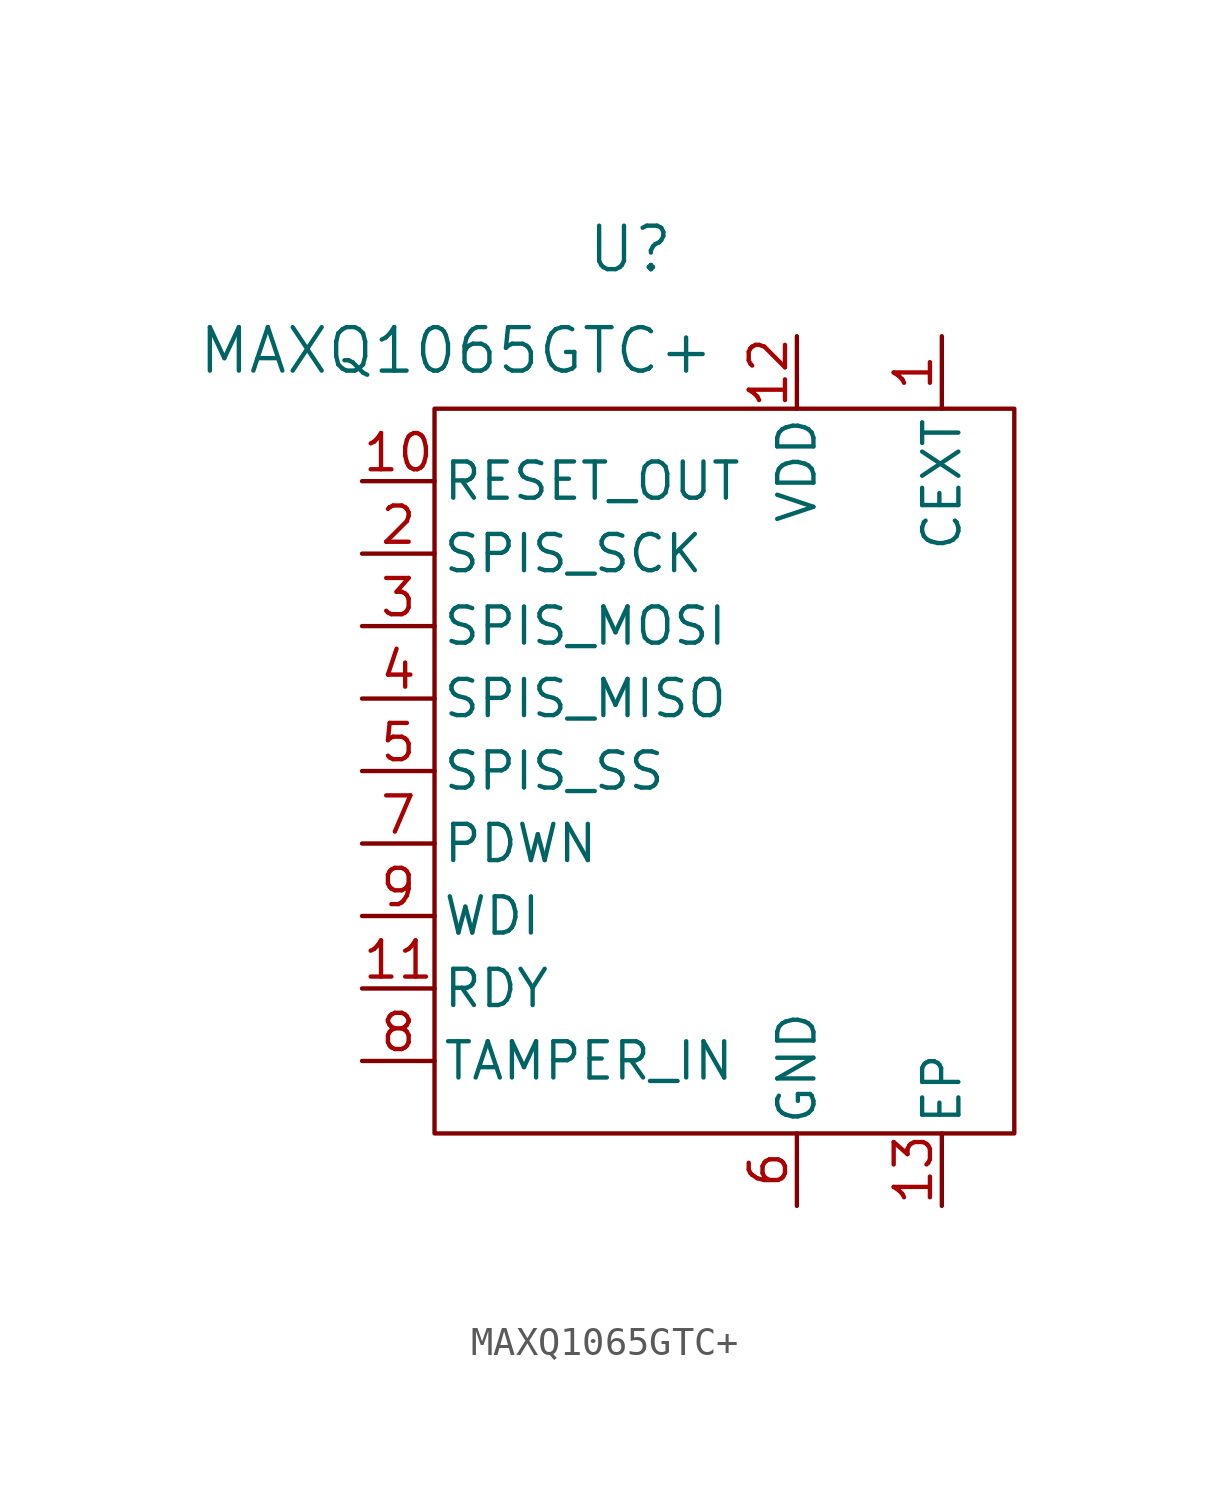
<source format=kicad_sym>
(kicad_symbol_lib
  (version 20231120)
  (generator "kicad_symbol_editor")
  (generator_version "8.0")
  (symbol "MAXQ1065GTC+"
    (pin_names
      (offset 0.254))
    (property "Reference" "U"
      (at -3.302 18.288 0)
      (effects (font (size 1.524 1.524))))
    (property "Value" "MAXQ1065GTC+"
      (at -9.398 14.732 0)
      (effects (font (size 1.524 1.524))))
    (symbol "MAXQ1065GTC+_0_1"
      (pin unspecified line (at 7.62 15.24 270) (length 2.54) (name "CEXT" (effects (font (size 1.27 1.27)))) (number "1" (effects (font (size 1.27 1.27)))))
      (pin output line (at -12.7 10.16 0) (length 2.54) (name "RESET_OUT" (effects (font (size 1.27 1.27)))) (number "10" (effects (font (size 1.27 1.27)))))
      (pin output line (at -12.7 -7.62 0) (length 2.54) (name "RDY" (effects (font (size 1.27 1.27)))) (number "11" (effects (font (size 1.27 1.27)))))
      (pin power_in line (at 2.54 15.24 270) (length 2.54) (name "VDD" (effects (font (size 1.27 1.27)))) (number "12" (effects (font (size 1.27 1.27)))))
      (pin power_out line (at 7.62 -15.24 90) (length 2.54) (name "EP" (effects (font (size 1.27 1.27)))) (number "13" (effects (font (size 1.27 1.27)))))
      (pin input line (at -12.7 7.62 0) (length 2.54) (name "SPIS_SCK" (effects (font (size 1.27 1.27)))) (number "2" (effects (font (size 1.27 1.27)))))
      (pin input line (at -12.7 5.08 0) (length 2.54) (name "SPIS_MOSI" (effects (font (size 1.27 1.27)))) (number "3" (effects (font (size 1.27 1.27)))))
      (pin output line (at -12.7 2.54 0) (length 2.54) (name "SPIS_MISO" (effects (font (size 1.27 1.27)))) (number "4" (effects (font (size 1.27 1.27)))))
      (pin input line (at -12.7 0 0) (length 2.54) (name "SPIS_SS" (effects (font (size 1.27 1.27)))) (number "5" (effects (font (size 1.27 1.27)))))
      (pin power_out line (at 2.54 -15.24 90) (length 2.54) (name "GND" (effects (font (size 1.27 1.27)))) (number "6" (effects (font (size 1.27 1.27)))))
      (pin unspecified line (at -12.7 -2.54 0) (length 2.54) (name "PDWN" (effects (font (size 1.27 1.27)))) (number "7" (effects (font (size 1.27 1.27)))))
      (pin input line (at -12.7 -10.16 0) (length 2.54) (name "TAMPER_IN" (effects (font (size 1.27 1.27)))) (number "8" (effects (font (size 1.27 1.27)))))
      (pin input line (at -12.7 -5.08 0) (length 2.54) (name "WDI" (effects (font (size 1.27 1.27)))) (number "9" (effects (font (size 1.27 1.27))))))
    (symbol "MAXQ1065GTC+_1_1"
      (rectangle (start -10.16 12.7) (end 10.16 -12.7) (stroke (width 0) (type default)) (fill (type none))))))
</source>
